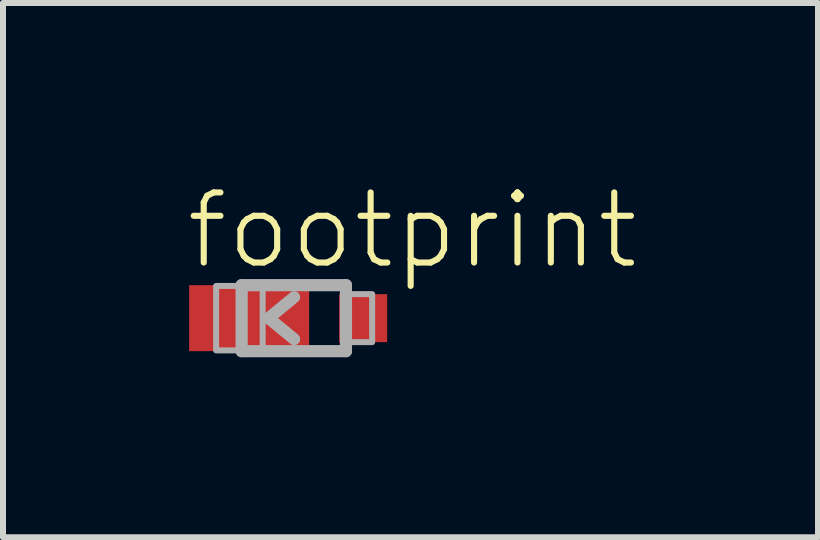
<source format=kicad_pcb>
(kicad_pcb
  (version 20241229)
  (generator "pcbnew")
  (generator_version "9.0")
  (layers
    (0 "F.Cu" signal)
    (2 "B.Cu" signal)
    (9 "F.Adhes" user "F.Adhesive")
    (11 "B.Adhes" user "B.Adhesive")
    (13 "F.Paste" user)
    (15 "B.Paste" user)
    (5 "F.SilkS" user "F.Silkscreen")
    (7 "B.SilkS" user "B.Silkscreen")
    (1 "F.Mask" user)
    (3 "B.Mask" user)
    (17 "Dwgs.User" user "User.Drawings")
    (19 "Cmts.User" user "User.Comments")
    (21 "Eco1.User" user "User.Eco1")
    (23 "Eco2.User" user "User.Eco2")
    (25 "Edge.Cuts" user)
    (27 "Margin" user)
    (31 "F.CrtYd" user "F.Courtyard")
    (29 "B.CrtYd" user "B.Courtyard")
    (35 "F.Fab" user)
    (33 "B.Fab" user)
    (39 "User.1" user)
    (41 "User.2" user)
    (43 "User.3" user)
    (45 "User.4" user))
  (footprint "footprint"
    (layer "F.Cu")
    (at 1.852 2.252)
    (property "Reference" "footprint" (at -1.852 -0.779 0) (layer "F.SilkS") (effects (font (size 1.168 1.168) (thickness 0.102)) (justify left bottom)))
    (fp_line (start -0.875 -0.55) (end 0.863 -0.55) (stroke (width 0.203) (type solid)) (layer "F.Fab"))
    (fp_line (start -0.875 0.55) (end -0.875 -0.55) (stroke (width 0.203) (type solid)) (layer "F.Fab"))
    (fp_line (start -0.425 0) (end 0 0.35) (stroke (width 0.2) (type solid)) (layer "F.Fab"))
    (fp_line (start 0 -0.35) (end -0.425 0) (stroke (width 0.2) (type solid)) (layer "F.Fab"))
    (fp_line (start 0.863 -0.55) (end 0.863 0.55) (stroke (width 0.203) (type solid)) (layer "F.Fab"))
    (fp_line (start 0.863 0.55) (end -0.875 0.55) (stroke (width 0.203) (type solid)) (layer "F.Fab"))
    (fp_poly (pts (xy -1.3 0.537) (xy -0.525 0.537) (xy -0.525 -0.537) (xy -1.3 -0.537)) (stroke (width 0.1) (type solid)) (fill no) (layer "F.Fab"))
    (fp_poly (pts (xy 0.838 0.4) (xy 1.3 0.4) (xy 1.3 -0.4) (xy 0.838 -0.4)) (stroke (width 0.1) (type solid)) (fill no) (layer "F.Fab"))
    (pad "A" smd rect (at 1.15 0) (size 0.8 0.8) (layers "F.Cu" "F.Mask" "F.Paste"))
    (pad "C" smd rect (at -0.75 0) (size 2 1.1) (layers "F.Cu" "F.Mask" "F.Paste")))
  (gr_rect
    (start -3 -3)
    (end 10.582 5.903)
    (stroke (width 0.1) (type default))
    (fill no)
    (layer "Edge.Cuts")))
</source>
